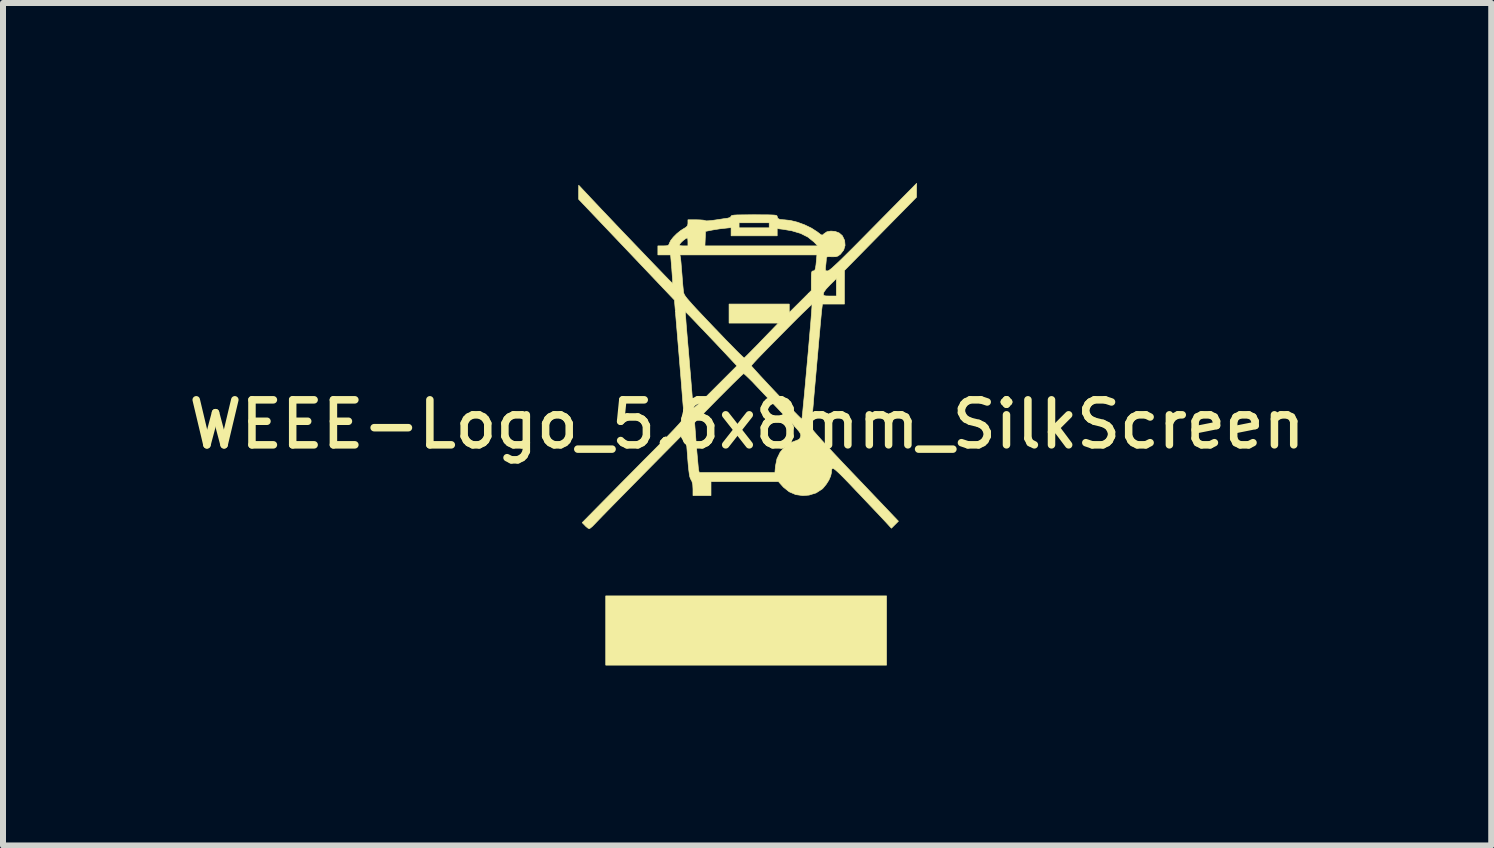
<source format=kicad_pcb>
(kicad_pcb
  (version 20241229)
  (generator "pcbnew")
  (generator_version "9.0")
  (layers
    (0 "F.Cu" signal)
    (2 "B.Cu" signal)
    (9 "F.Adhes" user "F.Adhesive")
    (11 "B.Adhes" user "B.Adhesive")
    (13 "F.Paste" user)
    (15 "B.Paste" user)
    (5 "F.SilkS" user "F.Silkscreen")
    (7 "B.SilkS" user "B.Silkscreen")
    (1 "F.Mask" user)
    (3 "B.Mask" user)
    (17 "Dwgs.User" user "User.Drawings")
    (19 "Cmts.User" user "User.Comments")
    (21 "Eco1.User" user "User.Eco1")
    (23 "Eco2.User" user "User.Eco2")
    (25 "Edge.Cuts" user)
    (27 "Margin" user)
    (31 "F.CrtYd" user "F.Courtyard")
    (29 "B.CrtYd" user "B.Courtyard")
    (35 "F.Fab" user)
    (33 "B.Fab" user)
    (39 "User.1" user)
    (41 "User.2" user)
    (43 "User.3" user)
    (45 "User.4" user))
  (footprint "WEEE-Logo_5.6x8mm_SilkScreen"
    (layer "F.Cu")
    (at 9.398 4.021)
    (property "Reference" "WEEE-Logo_5.6x8mm_SilkScreen" (at 0 0 0) (layer "F.SilkS") (effects (font (size 0.75 0.75) (thickness 0.125))))
    (attr exclude_from_pos_files exclude_from_bom allow_missing_courtyard)
    (fp_poly (pts (xy 2.323 4.011) (xy -2.356 4.011) (xy -2.356 2.857) (xy 2.323 2.857) (xy 2.323 4.011)) (stroke (width 0.01) (type solid)) (fill yes) (layer "F.SilkS"))
    (fp_poly (pts (xy 2.823 -3.901) (xy 2.822 -3.785) (xy 2.222 -3.175) (xy 1.622 -2.565) (xy 1.621 -2.285) (xy 1.621 -2.005) (xy 1.255 -2.005) (xy 1.246 -1.934) (xy 1.242 -1.902) (xy 1.236 -1.841) (xy 1.228 -1.755) (xy 1.218 -1.648) (xy 1.207 -1.523) (xy 1.194 -1.384) (xy 1.181 -1.235) (xy 1.167 -1.078) (xy 1.153 -0.919) (xy 1.139 -0.76) (xy 1.125 -0.606) (xy 1.112 -0.459) (xy 1.101 -0.324) (xy 1.09 -0.203) (xy 1.082 -0.101) (xy 1.075 -0.022) (xy 1.071 0.031) (xy 1.07 0.055) (xy 1.07 0.055) (xy 1.08 0.074) (xy 1.111 0.114) (xy 1.163 0.174) (xy 1.236 0.256) (xy 1.331 0.359) (xy 1.448 0.485) (xy 1.587 0.633) (xy 1.75 0.804) (xy 1.796 0.852) (xy 2.521 1.613) (xy 2.463 1.671) (xy 2.404 1.73) (xy 2.309 1.626) (xy 2.274 1.589) (xy 2.22 1.531) (xy 2.15 1.457) (xy 2.067 1.37) (xy 1.976 1.274) (xy 1.88 1.172) (xy 1.822 1.112) (xy 1.714 0.998) (xy 1.626 0.907) (xy 1.557 0.837) (xy 1.504 0.787) (xy 1.466 0.754) (xy 1.439 0.736) (xy 1.421 0.734) (xy 1.412 0.744) (xy 1.407 0.764) (xy 1.405 0.795) (xy 1.405 0.803) (xy 1.392 0.86) (xy 1.362 0.929) (xy 1.318 0.998) (xy 1.269 1.058) (xy 1.25 1.077) (xy 1.149 1.142) (xy 1.032 1.178) (xy 0.928 1.186) (xy 0.81 1.17) (xy 0.701 1.123) (xy 0.605 1.046) (xy 0.587 1.026) (xy 0.522 0.953) (xy -0.602 0.953) (xy -0.602 1.186) (xy -0.902 1.186) (xy -0.902 1.077) (xy -0.906 1.003) (xy -0.919 0.951) (xy -0.934 0.923) (xy -0.945 0.902) (xy -0.955 0.873) (xy -0.963 0.831) (xy -0.971 0.77) (xy -0.98 0.688) (xy -0.989 0.579) (xy -0.995 0.498) (xy -1.025 0.119) (xy -1.746 0.849) (xy -1.876 0.981) (xy -2.001 1.108) (xy -2.119 1.228) (xy -2.227 1.338) (xy -2.322 1.435) (xy -2.404 1.519) (xy -2.468 1.585) (xy -2.514 1.633) (xy -2.539 1.659) (xy -2.579 1.7) (xy -2.613 1.728) (xy -2.631 1.738) (xy -2.654 1.727) (xy -2.688 1.699) (xy -2.699 1.687) (xy -2.748 1.637) (xy -2.481 1.366) (xy -2.413 1.297) (xy -2.325 1.208) (xy -2.221 1.103) (xy -2.106 0.986) (xy -1.982 0.861) (xy -1.854 0.732) (xy -1.726 0.602) (xy -1.633 0.509) (xy -1.493 0.368) (xy -1.376 0.248) (xy -1.279 0.148) (xy -1.201 0.066) (xy -1.142 0.002) (xy -1.112 -0.032) (xy -0.875 -0.032) (xy -0.846 0.348) (xy -0.837 0.459) (xy -0.828 0.56) (xy -0.82 0.647) (xy -0.814 0.714) (xy -0.809 0.755) (xy -0.807 0.765) (xy -0.798 0.802) (xy 0.463 0.802) (xy 0.472 0.697) (xy 0.497 0.573) (xy 0.55 0.464) (xy 0.628 0.372) (xy 0.727 0.303) (xy 0.838 0.262) (xy 0.874 0.242) (xy 0.892 0.2) (xy 0.892 0.199) (xy 0.894 0.181) (xy 0.891 0.163) (xy 0.881 0.141) (xy 0.861 0.112) (xy 0.828 0.073) (xy 0.78 0.02) (xy 0.714 -0.051) (xy 0.628 -0.142) (xy 0.622 -0.148) (xy 0.53 -0.245) (xy 0.431 -0.349) (xy 0.333 -0.452) (xy 0.243 -0.547) (xy 0.167 -0.627) (xy 0.15 -0.645) (xy 0.086 -0.713) (xy 0.028 -0.77) (xy -0.018 -0.814) (xy -0.048 -0.841) (xy -0.059 -0.846) (xy -0.074 -0.834) (xy -0.11 -0.801) (xy -0.163 -0.749) (xy -0.232 -0.682) (xy -0.312 -0.602) (xy -0.402 -0.512) (xy -0.476 -0.438) (xy -0.875 -0.032) (xy -1.112 -0.032) (xy -1.099 -0.047) (xy -1.07 -0.083) (xy -1.056 -0.107) (xy -1.052 -0.118) (xy -1.053 -0.141) (xy -1.057 -0.195) (xy -1.063 -0.277) (xy -1.072 -0.382) (xy -1.082 -0.508) (xy -1.093 -0.651) (xy -1.106 -0.81) (xy -1.12 -0.98) (xy -1.131 -1.115) (xy -1.195 -1.881) (xy -1.031 -1.881) (xy -1.03 -1.864) (xy -1.027 -1.818) (xy -1.021 -1.745) (xy -1.014 -1.648) (xy -1.004 -1.531) (xy -0.993 -1.398) (xy -0.98 -1.25) (xy -0.968 -1.111) (xy -0.955 -0.952) (xy -0.942 -0.803) (xy -0.931 -0.665) (xy -0.921 -0.544) (xy -0.913 -0.443) (xy -0.907 -0.364) (xy -0.904 -0.313) (xy -0.903 -0.293) (xy -0.901 -0.28) (xy -0.895 -0.275) (xy -0.881 -0.28) (xy -0.859 -0.296) (xy -0.824 -0.326) (xy -0.775 -0.372) (xy -0.71 -0.436) (xy -0.626 -0.519) (xy -0.536 -0.609) (xy -0.17 -0.975) (xy -0.172 -0.978) (xy 0.07 -0.978) (xy 0.081 -0.962) (xy 0.112 -0.927) (xy 0.16 -0.874) (xy 0.221 -0.807) (xy 0.293 -0.73) (xy 0.372 -0.645) (xy 0.456 -0.556) (xy 0.541 -0.466) (xy 0.624 -0.379) (xy 0.703 -0.297) (xy 0.773 -0.225) (xy 0.832 -0.164) (xy 0.877 -0.119) (xy 0.905 -0.093) (xy 0.912 -0.088) (xy 0.915 -0.105) (xy 0.92 -0.153) (xy 0.928 -0.228) (xy 0.937 -0.327) (xy 0.949 -0.447) (xy 0.962 -0.586) (xy 0.976 -0.741) (xy 0.991 -0.908) (xy 1.003 -1.042) (xy 1.019 -1.217) (xy 1.033 -1.381) (xy 1.046 -1.533) (xy 1.058 -1.668) (xy 1.067 -1.784) (xy 1.074 -1.878) (xy 1.079 -1.947) (xy 1.081 -1.988) (xy 1.081 -1.999) (xy 1.068 -1.99) (xy 1.035 -1.959) (xy 0.984 -1.91) (xy 0.918 -1.847) (xy 0.841 -1.771) (xy 0.756 -1.686) (xy 0.665 -1.594) (xy 0.571 -1.499) (xy 0.477 -1.404) (xy 0.386 -1.312) (xy 0.301 -1.225) (xy 0.225 -1.147) (xy 0.161 -1.08) (xy 0.112 -1.027) (xy 0.081 -0.992) (xy 0.07 -0.978) (xy -0.172 -0.978) (xy -0.306 -1.121) (xy -0.376 -1.196) (xy -0.454 -1.279) (xy -0.537 -1.367) (xy -0.623 -1.457) (xy -0.708 -1.547) (xy -0.79 -1.632) (xy -0.864 -1.71) (xy -0.928 -1.777) (xy -0.98 -1.83) (xy -1.015 -1.865) (xy -1.03 -1.881) (xy -1.031 -1.881) (xy -1.195 -1.881) (xy -1.211 -2.072) (xy -2.009 -2.912) (xy -2.807 -3.751) (xy -2.807 -3.868) (xy -2.806 -3.985) (xy -2.677 -3.848) (xy -2.605 -3.771) (xy -2.52 -3.681) (xy -2.424 -3.579) (xy -2.32 -3.47) (xy -2.209 -3.353) (xy -2.095 -3.233) (xy -1.979 -3.112) (xy -1.864 -2.992) (xy -1.752 -2.875) (xy -1.645 -2.763) (xy -1.546 -2.66) (xy -1.457 -2.568) (xy -1.38 -2.488) (xy -1.318 -2.424) (xy -1.272 -2.378) (xy -1.246 -2.352) (xy -1.24 -2.347) (xy -1.24 -2.364) (xy -1.242 -2.409) (xy -1.247 -2.475) (xy -1.253 -2.556) (xy -1.255 -2.588) (xy -1.275 -2.824) (xy -1.12 -2.824) (xy -1.112 -2.786) (xy -1.108 -2.757) (xy -1.102 -2.701) (xy -1.096 -2.626) (xy -1.089 -2.539) (xy -1.086 -2.507) (xy -1.079 -2.414) (xy -1.072 -2.328) (xy -1.065 -2.257) (xy -1.06 -2.209) (xy -1.059 -2.2) (xy -1.054 -2.182) (xy -1.045 -2.161) (xy -1.028 -2.134) (xy -1.002 -2.1) (xy -0.964 -2.056) (xy -0.914 -1.999) (xy -0.848 -1.927) (xy -0.764 -1.838) (xy -0.661 -1.729) (xy -0.556 -1.619) (xy -0.451 -1.51) (xy -0.354 -1.408) (xy -0.265 -1.318) (xy -0.189 -1.24) (xy -0.127 -1.178) (xy -0.081 -1.134) (xy -0.055 -1.11) (xy -0.049 -1.106) (xy -0.035 -1.119) (xy 0.000039 -1.153) (xy 0.051 -1.204) (xy 0.115 -1.269) (xy 0.189 -1.344) (xy 0.242 -1.4) (xy 0.521 -1.688) (xy -0.301 -1.688) (xy -0.301 -2.005) (xy 0.702 -2.005) (xy 0.702 -1.864) (xy 0.886 -2.047) (xy 1.016 -2.177) (xy 1.27 -2.177) (xy 1.272 -2.157) (xy 1.285 -2.145) (xy 1.314 -2.14) (xy 1.369 -2.139) (xy 1.379 -2.139) (xy 1.487 -2.139) (xy 1.487 -2.43) (xy 1.379 -2.323) (xy 1.317 -2.257) (xy 1.281 -2.207) (xy 1.27 -2.177) (xy 1.016 -2.177) (xy 1.069 -2.23) (xy 1.069 -2.393) (xy 1.07 -2.469) (xy 1.072 -2.516) (xy 1.078 -2.543) (xy 1.087 -2.554) (xy 1.102 -2.557) (xy 1.118 -2.56) (xy 1.13 -2.574) (xy 1.139 -2.604) (xy 1.147 -2.655) (xy 1.155 -2.733) (xy 1.157 -2.761) (xy 1.163 -2.824) (xy -1.12 -2.824) (xy -1.275 -2.824) (xy -1.487 -2.824) (xy -1.487 -2.974) (xy -1.397 -2.974) (xy -1.344 -2.976) (xy -1.316 -2.983) (xy -1.312 -2.987) (xy -1.128 -2.987) (xy -1.118 -2.978) (xy -1.084 -2.975) (xy -1.062 -2.974) (xy -0.986 -2.974) (xy -0.703 -2.974) (xy 1.177 -2.974) (xy 1.113 -3.04) (xy 1.014 -3.12) (xy 0.892 -3.182) (xy 0.744 -3.226) (xy 0.597 -3.251) (xy 0.501 -3.262) (xy 0.501 -3.142) (xy -0.267 -3.142) (xy -0.267 -3.279) (xy -0.38 -3.267) (xy -0.459 -3.258) (xy -0.543 -3.245) (xy -0.593 -3.236) (xy -0.693 -3.216) (xy -0.698 -3.095) (xy -0.703 -2.974) (xy -0.986 -2.974) (xy -0.986 -3.041) (xy -0.988 -3.083) (xy -0.994 -3.106) (xy -0.996 -3.108) (xy -1.021 -3.097) (xy -1.057 -3.071) (xy -1.093 -3.039) (xy -1.118 -3.01) (xy -1.12 -3.007) (xy -1.128 -2.987) (xy -1.312 -2.987) (xy -1.302 -2.999) (xy -1.296 -3.017) (xy -1.273 -3.064) (xy -1.229 -3.12) (xy -1.172 -3.177) (xy -1.109 -3.228) (xy -1.067 -3.255) (xy -1.019 -3.284) (xy -0.995 -3.309) (xy -0.987 -3.337) (xy -0.986 -3.355) (xy -0.986 -3.359) (xy -0.134 -3.359) (xy -0.134 -3.275) (xy 0.368 -3.275) (xy 0.368 -3.359) (xy -0.134 -3.359) (xy -0.986 -3.359) (xy -0.986 -3.409) (xy -0.845 -3.409) (xy -0.781 -3.407) (xy -0.73 -3.403) (xy -0.702 -3.397) (xy -0.699 -3.395) (xy -0.681 -3.391) (xy -0.638 -3.393) (xy -0.577 -3.399) (xy -0.535 -3.405) (xy -0.459 -3.416) (xy -0.389 -3.427) (xy -0.337 -3.434) (xy -0.322 -3.436) (xy -0.282 -3.449) (xy -0.267 -3.468) (xy -0.263 -3.476) (xy -0.247 -3.482) (xy -0.217 -3.487) (xy -0.168 -3.49) (xy -0.096 -3.491) (xy 0.002 -3.492) (xy 0.117 -3.493) (xy 0.24 -3.492) (xy 0.333 -3.492) (xy 0.402 -3.49) (xy 0.448 -3.488) (xy 0.478 -3.484) (xy 0.494 -3.478) (xy 0.5 -3.47) (xy 0.501 -3.461) (xy 0.512 -3.432) (xy 0.545 -3.415) (xy 0.606 -3.409) (xy 0.617 -3.409) (xy 0.72 -3.398) (xy 0.838 -3.369) (xy 0.958 -3.325) (xy 1.072 -3.27) (xy 1.168 -3.208) (xy 1.18 -3.199) (xy 1.221 -3.167) (xy 1.245 -3.154) (xy 1.261 -3.158) (xy 1.279 -3.175) (xy 1.329 -3.209) (xy 1.395 -3.221) (xy 1.467 -3.215) (xy 1.533 -3.19) (xy 1.583 -3.147) (xy 1.587 -3.143) (xy 1.625 -3.064) (xy 1.632 -2.982) (xy 1.609 -2.905) (xy 1.556 -2.837) (xy 1.55 -2.832) (xy 1.513 -2.805) (xy 1.475 -2.794) (xy 1.422 -2.793) (xy 1.409 -2.793) (xy 1.357 -2.795) (xy 1.331 -2.791) (xy 1.321 -2.778) (xy 1.32 -2.766) (xy 1.318 -2.73) (xy 1.313 -2.676) (xy 1.309 -2.644) (xy 1.304 -2.594) (xy 1.306 -2.568) (xy 1.319 -2.558) (xy 1.341 -2.557) (xy 1.355 -2.561) (xy 1.376 -2.575) (xy 1.408 -2.6) (xy 1.45 -2.638) (xy 1.506 -2.69) (xy 1.576 -2.757) (xy 1.662 -2.842) (xy 1.767 -2.946) (xy 1.89 -3.07) (xy 2.034 -3.216) (xy 2.104 -3.287) (xy 2.824 -4.016) (xy 2.823 -3.901)) (stroke (width 0.01) (type solid)) (fill yes) (layer "F.SilkS")))
  (gr_rect
    (start -3 -3)
    (end 21.796 11.037)
    (stroke (width 0.1) (type default))
    (fill no)
    (layer "Edge.Cuts")))
</source>
